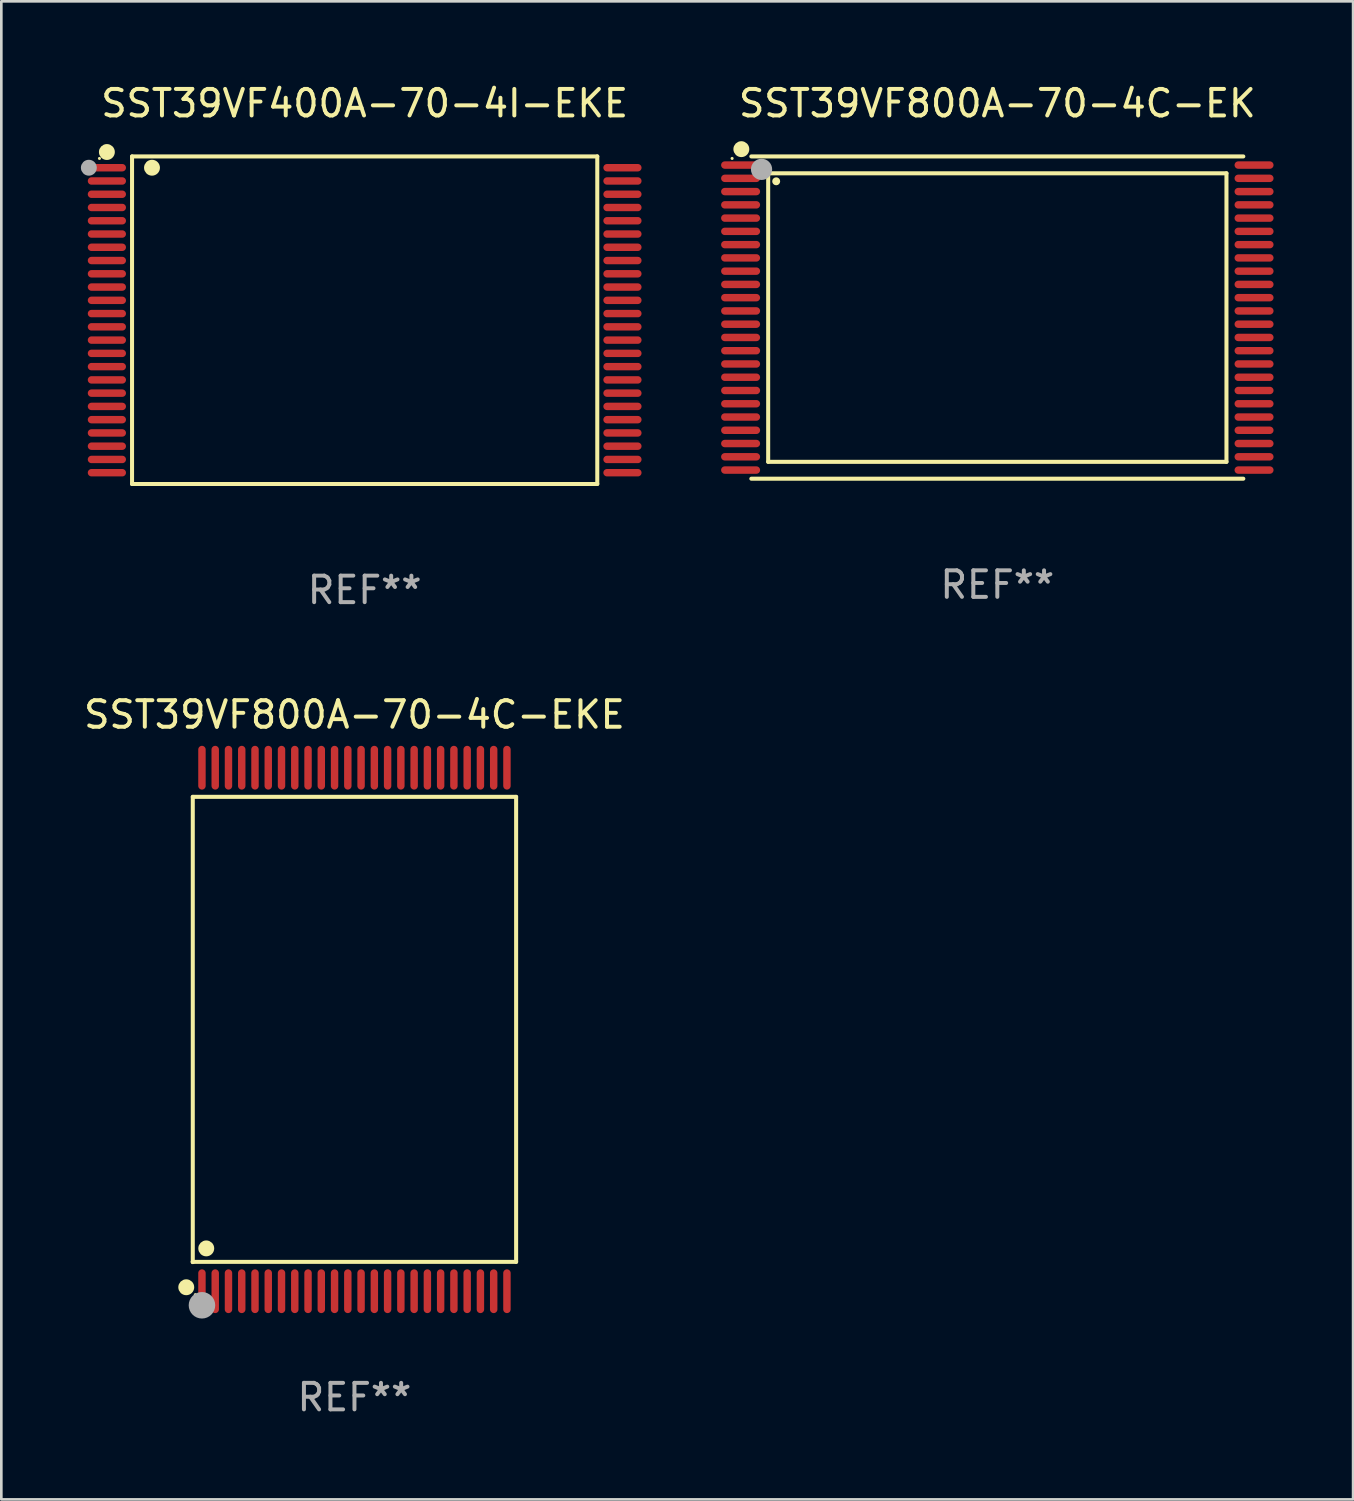
<source format=kicad_pcb>
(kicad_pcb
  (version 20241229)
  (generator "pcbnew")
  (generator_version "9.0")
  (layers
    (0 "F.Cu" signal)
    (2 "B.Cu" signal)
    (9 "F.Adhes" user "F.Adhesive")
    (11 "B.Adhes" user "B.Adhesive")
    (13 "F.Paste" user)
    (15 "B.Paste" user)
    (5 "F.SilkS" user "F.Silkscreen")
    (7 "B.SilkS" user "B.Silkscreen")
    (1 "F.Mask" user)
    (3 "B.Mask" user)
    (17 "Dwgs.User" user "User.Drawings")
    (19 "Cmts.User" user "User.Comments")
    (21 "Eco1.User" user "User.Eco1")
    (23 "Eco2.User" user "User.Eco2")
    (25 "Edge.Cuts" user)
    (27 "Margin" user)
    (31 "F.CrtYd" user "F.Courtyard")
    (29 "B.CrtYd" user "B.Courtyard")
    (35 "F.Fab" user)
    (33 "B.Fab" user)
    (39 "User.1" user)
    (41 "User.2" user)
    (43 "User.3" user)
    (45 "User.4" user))
  (footprint "SST39VF800A-70-4C-EK"
    (layer "F.Cu")
    (at 34.555 8.924)
    (property "Reference" "SST39VF800A-70-4C-EK" (at 0 -8.076 0) (layer "F.SilkS") (effects (font (size 1 1) (thickness 0.15))))
    (attr through_hole)
    (fp_line (start -9.276 -6.076) (end 9.276 -6.076) (stroke (width 0.152) (type solid)) (layer "F.SilkS"))
    (fp_line (start -9.276 6.076) (end 9.276 6.076) (stroke (width 0.152) (type solid)) (layer "F.SilkS"))
    (fp_line (start -8.64 -5.44) (end 8.64 -5.44) (stroke (width 0.152) (type solid)) (layer "F.SilkS"))
    (fp_line (start -8.64 5.44) (end -8.64 -5.44) (stroke (width 0.152) (type solid)) (layer "F.SilkS"))
    (fp_line (start 8.64 -5.44) (end 8.64 5.44) (stroke (width 0.152) (type solid)) (layer "F.SilkS"))
    (fp_line (start 8.64 5.44) (end -8.64 5.44) (stroke (width 0.152) (type solid)) (layer "F.SilkS"))
    (fp_circle (center -10 -6) (end -9.97 -6) (stroke (width 0.06) (type solid)) (fill no) (layer "F.SilkS"))
    (fp_circle (center -9.652 -6.35) (end -9.502 -6.35) (stroke (width 0.3) (type solid)) (fill no) (layer "F.SilkS"))
    (fp_circle (center -8.338 -5.138) (end -8.263 -5.138) (stroke (width 0.15) (type solid)) (fill no) (layer "F.SilkS"))
    (fp_circle (center -8.89 -5.588) (end -8.69 -5.588) (stroke (width 0.4) (type solid)) (fill no) (layer "F.Fab"))
    (fp_text user "REF**" (at 0 10.076 0) (layer "F.Fab") (effects (font (size 1 1) (thickness 0.15))))
    (pad "1" smd oval (at -9.68 -5.75) (size 1.47 0.28) (layers "F.Cu" "F.Mask" "F.Paste"))
    (pad "2" smd oval (at -9.68 -5.25) (size 1.47 0.28) (layers "F.Cu" "F.Mask" "F.Paste"))
    (pad "3" smd oval (at -9.68 -4.75) (size 1.47 0.28) (layers "F.Cu" "F.Mask" "F.Paste"))
    (pad "4" smd oval (at -9.68 -4.25) (size 1.47 0.28) (layers "F.Cu" "F.Mask" "F.Paste"))
    (pad "5" smd oval (at -9.68 -3.75) (size 1.47 0.28) (layers "F.Cu" "F.Mask" "F.Paste"))
    (pad "6" smd oval (at -9.68 -3.25) (size 1.47 0.28) (layers "F.Cu" "F.Mask" "F.Paste"))
    (pad "7" smd oval (at -9.68 -2.75) (size 1.47 0.28) (layers "F.Cu" "F.Mask" "F.Paste"))
    (pad "8" smd oval (at -9.68 -2.25) (size 1.47 0.28) (layers "F.Cu" "F.Mask" "F.Paste"))
    (pad "9" smd oval (at -9.68 -1.75) (size 1.47 0.28) (layers "F.Cu" "F.Mask" "F.Paste"))
    (pad "10" smd oval (at -9.68 -1.25) (size 1.47 0.28) (layers "F.Cu" "F.Mask" "F.Paste"))
    (pad "11" smd oval (at -9.68 -0.75) (size 1.47 0.28) (layers "F.Cu" "F.Mask" "F.Paste"))
    (pad "12" smd oval (at -9.68 -0.25) (size 1.47 0.28) (layers "F.Cu" "F.Mask" "F.Paste"))
    (pad "13" smd oval (at -9.68 0.25) (size 1.47 0.28) (layers "F.Cu" "F.Mask" "F.Paste"))
    (pad "14" smd oval (at -9.68 0.75) (size 1.47 0.28) (layers "F.Cu" "F.Mask" "F.Paste"))
    (pad "15" smd oval (at -9.68 1.25) (size 1.47 0.28) (layers "F.Cu" "F.Mask" "F.Paste"))
    (pad "16" smd oval (at -9.68 1.75) (size 1.47 0.28) (layers "F.Cu" "F.Mask" "F.Paste"))
    (pad "17" smd oval (at -9.68 2.25) (size 1.47 0.28) (layers "F.Cu" "F.Mask" "F.Paste"))
    (pad "18" smd oval (at -9.68 2.75) (size 1.47 0.28) (layers "F.Cu" "F.Mask" "F.Paste"))
    (pad "19" smd oval (at -9.68 3.25) (size 1.47 0.28) (layers "F.Cu" "F.Mask" "F.Paste"))
    (pad "20" smd oval (at -9.68 3.75) (size 1.47 0.28) (layers "F.Cu" "F.Mask" "F.Paste"))
    (pad "21" smd oval (at -9.68 4.25) (size 1.47 0.28) (layers "F.Cu" "F.Mask" "F.Paste"))
    (pad "22" smd oval (at -9.68 4.75) (size 1.47 0.28) (layers "F.Cu" "F.Mask" "F.Paste"))
    (pad "23" smd oval (at -9.68 5.25) (size 1.47 0.28) (layers "F.Cu" "F.Mask" "F.Paste"))
    (pad "24" smd oval (at -9.68 5.75) (size 1.47 0.28) (layers "F.Cu" "F.Mask" "F.Paste"))
    (pad "25" smd oval (at 9.68 5.75) (size 1.47 0.28) (layers "F.Cu" "F.Mask" "F.Paste"))
    (pad "26" smd oval (at 9.68 5.25) (size 1.47 0.28) (layers "F.Cu" "F.Mask" "F.Paste"))
    (pad "27" smd oval (at 9.68 4.75) (size 1.47 0.28) (layers "F.Cu" "F.Mask" "F.Paste"))
    (pad "28" smd oval (at 9.68 4.25) (size 1.47 0.28) (layers "F.Cu" "F.Mask" "F.Paste"))
    (pad "29" smd oval (at 9.68 3.75) (size 1.47 0.28) (layers "F.Cu" "F.Mask" "F.Paste"))
    (pad "30" smd oval (at 9.68 3.25) (size 1.47 0.28) (layers "F.Cu" "F.Mask" "F.Paste"))
    (pad "31" smd oval (at 9.68 2.75) (size 1.47 0.28) (layers "F.Cu" "F.Mask" "F.Paste"))
    (pad "32" smd oval (at 9.68 2.25) (size 1.47 0.28) (layers "F.Cu" "F.Mask" "F.Paste"))
    (pad "33" smd oval (at 9.68 1.75) (size 1.47 0.28) (layers "F.Cu" "F.Mask" "F.Paste"))
    (pad "34" smd oval (at 9.68 1.25) (size 1.47 0.28) (layers "F.Cu" "F.Mask" "F.Paste"))
    (pad "35" smd oval (at 9.68 0.75) (size 1.47 0.28) (layers "F.Cu" "F.Mask" "F.Paste"))
    (pad "36" smd oval (at 9.68 0.25) (size 1.47 0.28) (layers "F.Cu" "F.Mask" "F.Paste"))
    (pad "37" smd oval (at 9.68 -0.25) (size 1.47 0.28) (layers "F.Cu" "F.Mask" "F.Paste"))
    (pad "38" smd oval (at 9.68 -0.75) (size 1.47 0.28) (layers "F.Cu" "F.Mask" "F.Paste"))
    (pad "39" smd oval (at 9.68 -1.25) (size 1.47 0.28) (layers "F.Cu" "F.Mask" "F.Paste"))
    (pad "40" smd oval (at 9.68 -1.75) (size 1.47 0.28) (layers "F.Cu" "F.Mask" "F.Paste"))
    (pad "41" smd oval (at 9.68 -2.25) (size 1.47 0.28) (layers "F.Cu" "F.Mask" "F.Paste"))
    (pad "42" smd oval (at 9.68 -2.75) (size 1.47 0.28) (layers "F.Cu" "F.Mask" "F.Paste"))
    (pad "43" smd oval (at 9.68 -3.25) (size 1.47 0.28) (layers "F.Cu" "F.Mask" "F.Paste"))
    (pad "44" smd oval (at 9.68 -3.75) (size 1.47 0.28) (layers "F.Cu" "F.Mask" "F.Paste"))
    (pad "45" smd oval (at 9.68 -4.25) (size 1.47 0.28) (layers "F.Cu" "F.Mask" "F.Paste"))
    (pad "46" smd oval (at 9.68 -4.75) (size 1.47 0.28) (layers "F.Cu" "F.Mask" "F.Paste"))
    (pad "47" smd oval (at 9.68 -5.25) (size 1.47 0.28) (layers "F.Cu" "F.Mask" "F.Paste"))
    (pad "48" smd oval (at 9.68 -5.75) (size 1.47 0.28) (layers "F.Cu" "F.Mask" "F.Paste")))
  (footprint "SST39VF400A-70-4I-EKE"
    (layer "F.Cu")
    (at 10.7 9.024)
    (property "Reference" "SST39VF400A-70-4I-EKE" (at 0 -8.176 0) (layer "F.SilkS") (effects (font (size 1 1) (thickness 0.15))))
    (attr through_hole)
    (fp_line (start -8.771 -6.176) (end 8.771 -6.176) (stroke (width 0.152) (type solid)) (layer "F.SilkS"))
    (fp_line (start -8.771 6.176) (end -8.771 -6.176) (stroke (width 0.152) (type solid)) (layer "F.SilkS"))
    (fp_line (start 8.771 -6.176) (end 8.771 6.176) (stroke (width 0.152) (type solid)) (layer "F.SilkS"))
    (fp_line (start 8.771 6.176) (end -8.771 6.176) (stroke (width 0.152) (type solid)) (layer "F.SilkS"))
    (fp_circle (center -10 -6.1) (end -9.97 -6.1) (stroke (width 0.06) (type solid)) (fill no) (layer "F.SilkS"))
    (fp_circle (center -9.72 -6.342) (end -9.57 -6.342) (stroke (width 0.3) (type solid)) (fill no) (layer "F.SilkS"))
    (fp_circle (center -8.019 -5.75) (end -7.869 -5.75) (stroke (width 0.3) (type solid)) (fill no) (layer "F.SilkS"))
    (fp_circle (center -10.4 -5.75) (end -10.25 -5.75) (stroke (width 0.3) (type solid)) (fill no) (layer "F.Fab"))
    (fp_text user "REF**" (at 0 10.176 0) (layer "F.Fab") (effects (font (size 1 1) (thickness 0.15))))
    (pad "1" smd oval (at -9.72 -5.75 270) (size 0.28 1.44) (layers "F.Cu" "F.Mask" "F.Paste"))
    (pad "2" smd oval (at -9.72 -5.25 270) (size 0.28 1.44) (layers "F.Cu" "F.Mask" "F.Paste"))
    (pad "3" smd oval (at -9.72 -4.75 270) (size 0.28 1.44) (layers "F.Cu" "F.Mask" "F.Paste"))
    (pad "4" smd oval (at -9.72 -4.25 270) (size 0.28 1.44) (layers "F.Cu" "F.Mask" "F.Paste"))
    (pad "5" smd oval (at -9.72 -3.75 270) (size 0.28 1.44) (layers "F.Cu" "F.Mask" "F.Paste"))
    (pad "6" smd oval (at -9.72 -3.25 270) (size 0.28 1.44) (layers "F.Cu" "F.Mask" "F.Paste"))
    (pad "7" smd oval (at -9.72 -2.75 270) (size 0.28 1.44) (layers "F.Cu" "F.Mask" "F.Paste"))
    (pad "8" smd oval (at -9.72 -2.25 270) (size 0.28 1.44) (layers "F.Cu" "F.Mask" "F.Paste"))
    (pad "9" smd oval (at -9.72 -1.75 270) (size 0.28 1.44) (layers "F.Cu" "F.Mask" "F.Paste"))
    (pad "10" smd oval (at -9.72 -1.25 270) (size 0.28 1.44) (layers "F.Cu" "F.Mask" "F.Paste"))
    (pad "11" smd oval (at -9.72 -0.75 270) (size 0.28 1.44) (layers "F.Cu" "F.Mask" "F.Paste"))
    (pad "12" smd oval (at -9.72 -0.25 270) (size 0.28 1.44) (layers "F.Cu" "F.Mask" "F.Paste"))
    (pad "13" smd oval (at -9.72 0.25 270) (size 0.28 1.44) (layers "F.Cu" "F.Mask" "F.Paste"))
    (pad "14" smd oval (at -9.72 0.75 270) (size 0.28 1.44) (layers "F.Cu" "F.Mask" "F.Paste"))
    (pad "15" smd oval (at -9.72 1.25 270) (size 0.28 1.44) (layers "F.Cu" "F.Mask" "F.Paste"))
    (pad "16" smd oval (at -9.72 1.75 270) (size 0.28 1.44) (layers "F.Cu" "F.Mask" "F.Paste"))
    (pad "17" smd oval (at -9.72 2.25 270) (size 0.28 1.44) (layers "F.Cu" "F.Mask" "F.Paste"))
    (pad "18" smd oval (at -9.72 2.75 270) (size 0.28 1.44) (layers "F.Cu" "F.Mask" "F.Paste"))
    (pad "19" smd oval (at -9.72 3.25 270) (size 0.28 1.44) (layers "F.Cu" "F.Mask" "F.Paste"))
    (pad "20" smd oval (at -9.72 3.75 270) (size 0.28 1.44) (layers "F.Cu" "F.Mask" "F.Paste"))
    (pad "21" smd oval (at -9.72 4.25 270) (size 0.28 1.44) (layers "F.Cu" "F.Mask" "F.Paste"))
    (pad "22" smd oval (at -9.72 4.75 270) (size 0.28 1.44) (layers "F.Cu" "F.Mask" "F.Paste"))
    (pad "23" smd oval (at -9.72 5.25 270) (size 0.28 1.44) (layers "F.Cu" "F.Mask" "F.Paste"))
    (pad "24" smd oval (at -9.72 5.75 270) (size 0.28 1.44) (layers "F.Cu" "F.Mask" "F.Paste"))
    (pad "25" smd oval (at 9.72 5.75 270) (size 0.28 1.44) (layers "F.Cu" "F.Mask" "F.Paste"))
    (pad "26" smd oval (at 9.72 5.25 270) (size 0.28 1.44) (layers "F.Cu" "F.Mask" "F.Paste"))
    (pad "27" smd oval (at 9.72 4.75 270) (size 0.28 1.44) (layers "F.Cu" "F.Mask" "F.Paste"))
    (pad "28" smd oval (at 9.72 4.25 270) (size 0.28 1.44) (layers "F.Cu" "F.Mask" "F.Paste"))
    (pad "29" smd oval (at 9.72 3.75 270) (size 0.28 1.44) (layers "F.Cu" "F.Mask" "F.Paste"))
    (pad "30" smd oval (at 9.72 3.25 270) (size 0.28 1.44) (layers "F.Cu" "F.Mask" "F.Paste"))
    (pad "31" smd oval (at 9.72 2.75 270) (size 0.28 1.44) (layers "F.Cu" "F.Mask" "F.Paste"))
    (pad "32" smd oval (at 9.72 2.25 270) (size 0.28 1.44) (layers "F.Cu" "F.Mask" "F.Paste"))
    (pad "33" smd oval (at 9.72 1.75 270) (size 0.28 1.44) (layers "F.Cu" "F.Mask" "F.Paste"))
    (pad "34" smd oval (at 9.72 1.25 270) (size 0.28 1.44) (layers "F.Cu" "F.Mask" "F.Paste"))
    (pad "35" smd oval (at 9.72 0.75 270) (size 0.28 1.44) (layers "F.Cu" "F.Mask" "F.Paste"))
    (pad "36" smd oval (at 9.72 0.25 270) (size 0.28 1.44) (layers "F.Cu" "F.Mask" "F.Paste"))
    (pad "37" smd oval (at 9.72 -0.25 270) (size 0.28 1.44) (layers "F.Cu" "F.Mask" "F.Paste"))
    (pad "38" smd oval (at 9.72 -0.75 270) (size 0.28 1.44) (layers "F.Cu" "F.Mask" "F.Paste"))
    (pad "39" smd oval (at 9.72 -1.25 270) (size 0.28 1.44) (layers "F.Cu" "F.Mask" "F.Paste"))
    (pad "40" smd oval (at 9.72 -1.75 270) (size 0.28 1.44) (layers "F.Cu" "F.Mask" "F.Paste"))
    (pad "41" smd oval (at 9.72 -2.25 270) (size 0.28 1.44) (layers "F.Cu" "F.Mask" "F.Paste"))
    (pad "42" smd oval (at 9.72 -2.75 270) (size 0.28 1.44) (layers "F.Cu" "F.Mask" "F.Paste"))
    (pad "43" smd oval (at 9.72 -3.25 270) (size 0.28 1.44) (layers "F.Cu" "F.Mask" "F.Paste"))
    (pad "44" smd oval (at 9.72 -3.75 270) (size 0.28 1.44) (layers "F.Cu" "F.Mask" "F.Paste"))
    (pad "45" smd oval (at 9.72 -4.25 270) (size 0.28 1.44) (layers "F.Cu" "F.Mask" "F.Paste"))
    (pad "46" smd oval (at 9.72 -4.75 270) (size 0.28 1.44) (layers "F.Cu" "F.Mask" "F.Paste"))
    (pad "47" smd oval (at 9.72 -5.25 270) (size 0.28 1.44) (layers "F.Cu" "F.Mask" "F.Paste"))
    (pad "48" smd oval (at 9.72 -5.75 270) (size 0.28 1.44) (layers "F.Cu" "F.Mask" "F.Paste")))
  (footprint "SST39VF800A-70-4C-EKE"
    (layer "F.Cu")
    (at 10.315 35.767)
    (property "Reference" "SST39VF800A-70-4C-EKE" (at 0 -11.87 0) (layer "F.SilkS") (effects (font (size 1 1) (thickness 0.15))))
    (attr through_hole)
    (fp_line (start -6.096 -8.771) (end 6.096 -8.771) (stroke (width 0.152) (type solid)) (layer "F.SilkS"))
    (fp_line (start -6.096 8.763) (end -6.096 8.771) (stroke (width 0.152) (type solid)) (layer "F.SilkS"))
    (fp_line (start -6.096 8.771) (end -6.096 -8.771) (stroke (width 0.152) (type solid)) (layer "F.SilkS"))
    (fp_line (start 6.096 -8.771) (end 6.096 8.763) (stroke (width 0.152) (type solid)) (layer "F.SilkS"))
    (fp_line (start 6.096 8.763) (end -6.096 8.763) (stroke (width 0.152) (type solid)) (layer "F.SilkS"))
    (fp_circle (center -6.342 9.72) (end -6.192 9.72) (stroke (width 0.3) (type solid)) (fill no) (layer "F.SilkS"))
    (fp_circle (center -6 10) (end -5.97 10) (stroke (width 0.06) (type solid)) (fill no) (layer "F.SilkS"))
    (fp_circle (center -5.588 8.255) (end -5.438 8.255) (stroke (width 0.3) (type solid)) (fill no) (layer "F.SilkS"))
    (fp_circle (center -5.75 10.4) (end -5.5 10.4) (stroke (width 0.5) (type solid)) (fill no) (layer "F.Fab"))
    (fp_text user "REF**" (at 0 13.87 0) (layer "F.Fab") (effects (font (size 1 1) (thickness 0.15))))
    (pad "1" smd oval (at -5.75 9.87) (size 0.28 1.65) (layers "F.Cu" "F.Mask" "F.Paste"))
    (pad "2" smd oval (at -5.25 9.87) (size 0.28 1.65) (layers "F.Cu" "F.Mask" "F.Paste"))
    (pad "3" smd oval (at -4.75 9.87) (size 0.28 1.65) (layers "F.Cu" "F.Mask" "F.Paste"))
    (pad "4" smd oval (at -4.25 9.87) (size 0.28 1.65) (layers "F.Cu" "F.Mask" "F.Paste"))
    (pad "5" smd oval (at -3.75 9.87) (size 0.28 1.65) (layers "F.Cu" "F.Mask" "F.Paste"))
    (pad "6" smd oval (at -3.25 9.87) (size 0.28 1.65) (layers "F.Cu" "F.Mask" "F.Paste"))
    (pad "7" smd oval (at -2.75 9.87) (size 0.28 1.65) (layers "F.Cu" "F.Mask" "F.Paste"))
    (pad "8" smd oval (at -2.25 9.87) (size 0.28 1.65) (layers "F.Cu" "F.Mask" "F.Paste"))
    (pad "9" smd oval (at -1.75 9.87) (size 0.28 1.65) (layers "F.Cu" "F.Mask" "F.Paste"))
    (pad "10" smd oval (at -1.25 9.87) (size 0.28 1.65) (layers "F.Cu" "F.Mask" "F.Paste"))
    (pad "11" smd oval (at -0.75 9.87) (size 0.28 1.65) (layers "F.Cu" "F.Mask" "F.Paste"))
    (pad "12" smd oval (at -0.25 9.87) (size 0.28 1.65) (layers "F.Cu" "F.Mask" "F.Paste"))
    (pad "13" smd oval (at 0.25 9.87) (size 0.28 1.65) (layers "F.Cu" "F.Mask" "F.Paste"))
    (pad "14" smd oval (at 0.75 9.87) (size 0.28 1.65) (layers "F.Cu" "F.Mask" "F.Paste"))
    (pad "15" smd oval (at 1.25 9.87) (size 0.28 1.65) (layers "F.Cu" "F.Mask" "F.Paste"))
    (pad "16" smd oval (at 1.75 9.87) (size 0.28 1.65) (layers "F.Cu" "F.Mask" "F.Paste"))
    (pad "17" smd oval (at 2.25 9.87) (size 0.28 1.65) (layers "F.Cu" "F.Mask" "F.Paste"))
    (pad "18" smd oval (at 2.75 9.87) (size 0.28 1.65) (layers "F.Cu" "F.Mask" "F.Paste"))
    (pad "19" smd oval (at 3.25 9.87) (size 0.28 1.65) (layers "F.Cu" "F.Mask" "F.Paste"))
    (pad "20" smd oval (at 3.75 9.87) (size 0.28 1.65) (layers "F.Cu" "F.Mask" "F.Paste"))
    (pad "21" smd oval (at 4.25 9.87) (size 0.28 1.65) (layers "F.Cu" "F.Mask" "F.Paste"))
    (pad "22" smd oval (at 4.75 9.87) (size 0.28 1.65) (layers "F.Cu" "F.Mask" "F.Paste"))
    (pad "23" smd oval (at 5.25 9.87) (size 0.28 1.65) (layers "F.Cu" "F.Mask" "F.Paste"))
    (pad "24" smd oval (at 5.75 9.87) (size 0.28 1.65) (layers "F.Cu" "F.Mask" "F.Paste"))
    (pad "25" smd oval (at 5.75 -9.87) (size 0.28 1.65) (layers "F.Cu" "F.Mask" "F.Paste"))
    (pad "26" smd oval (at 5.25 -9.87) (size 0.28 1.65) (layers "F.Cu" "F.Mask" "F.Paste"))
    (pad "27" smd oval (at 4.75 -9.87) (size 0.28 1.65) (layers "F.Cu" "F.Mask" "F.Paste"))
    (pad "28" smd oval (at 4.25 -9.87) (size 0.28 1.65) (layers "F.Cu" "F.Mask" "F.Paste"))
    (pad "29" smd oval (at 3.75 -9.87) (size 0.28 1.65) (layers "F.Cu" "F.Mask" "F.Paste"))
    (pad "30" smd oval (at 3.25 -9.87) (size 0.28 1.65) (layers "F.Cu" "F.Mask" "F.Paste"))
    (pad "31" smd oval (at 2.75 -9.87) (size 0.28 1.65) (layers "F.Cu" "F.Mask" "F.Paste"))
    (pad "32" smd oval (at 2.25 -9.87) (size 0.28 1.65) (layers "F.Cu" "F.Mask" "F.Paste"))
    (pad "33" smd oval (at 1.75 -9.87) (size 0.28 1.65) (layers "F.Cu" "F.Mask" "F.Paste"))
    (pad "34" smd oval (at 1.25 -9.87) (size 0.28 1.65) (layers "F.Cu" "F.Mask" "F.Paste"))
    (pad "35" smd oval (at 0.75 -9.87) (size 0.28 1.65) (layers "F.Cu" "F.Mask" "F.Paste"))
    (pad "36" smd oval (at 0.25 -9.87) (size 0.28 1.65) (layers "F.Cu" "F.Mask" "F.Paste"))
    (pad "37" smd oval (at -0.25 -9.87) (size 0.28 1.65) (layers "F.Cu" "F.Mask" "F.Paste"))
    (pad "38" smd oval (at -0.75 -9.87) (size 0.28 1.65) (layers "F.Cu" "F.Mask" "F.Paste"))
    (pad "39" smd oval (at -1.25 -9.87) (size 0.28 1.65) (layers "F.Cu" "F.Mask" "F.Paste"))
    (pad "40" smd oval (at -1.75 -9.87) (size 0.28 1.65) (layers "F.Cu" "F.Mask" "F.Paste"))
    (pad "41" smd oval (at -2.25 -9.87) (size 0.28 1.65) (layers "F.Cu" "F.Mask" "F.Paste"))
    (pad "42" smd oval (at -2.75 -9.87) (size 0.28 1.65) (layers "F.Cu" "F.Mask" "F.Paste"))
    (pad "43" smd oval (at -3.25 -9.87) (size 0.28 1.65) (layers "F.Cu" "F.Mask" "F.Paste"))
    (pad "44" smd oval (at -3.75 -9.87) (size 0.28 1.65) (layers "F.Cu" "F.Mask" "F.Paste"))
    (pad "45" smd oval (at -4.25 -9.87) (size 0.28 1.65) (layers "F.Cu" "F.Mask" "F.Paste"))
    (pad "46" smd oval (at -4.75 -9.87) (size 0.28 1.65) (layers "F.Cu" "F.Mask" "F.Paste"))
    (pad "47" smd oval (at -5.25 -9.87) (size 0.28 1.65) (layers "F.Cu" "F.Mask" "F.Paste"))
    (pad "48" smd oval (at -5.75 -9.87) (size 0.28 1.65) (layers "F.Cu" "F.Mask" "F.Paste")))
  (gr_rect
    (start -3 -3)
    (end 47.97 53.486)
    (stroke (width 0.1) (type default))
    (fill no)
    (layer "Edge.Cuts")))
</source>
